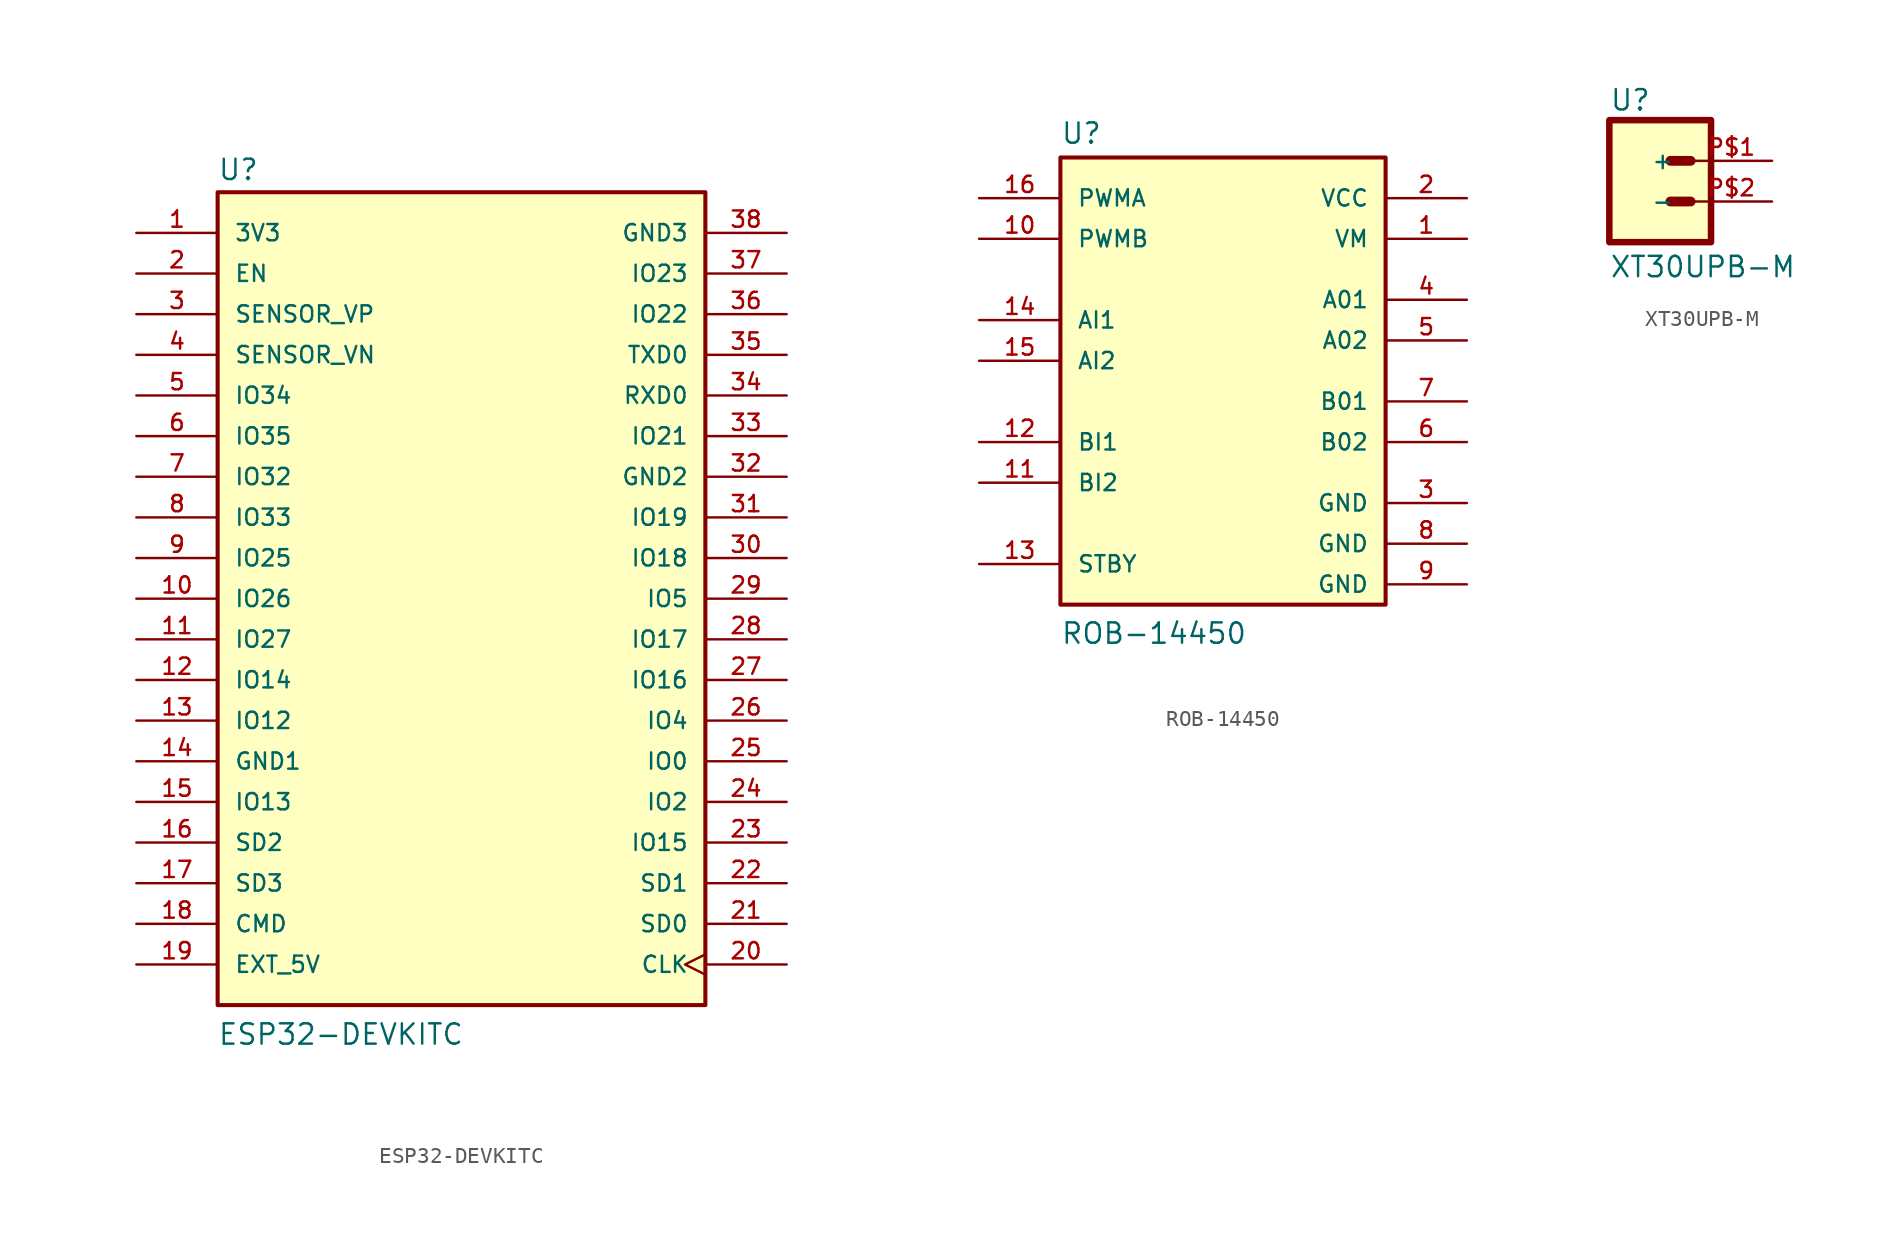
<source format=kicad_sym>
(kicad_symbol_lib
  (version 20231120)
  (generator "kicad_symbol_editor")
  (generator_version "8.0")
  (symbol "ESP32-DEVKITC"
    (pin_names
      (offset 1.016))
    (property "Reference" "U"
      (at -15.257 26.064 0)
      (effects (font (size 1.27 1.27)) (justify left bottom)))
    (property "Value" "ESP32-DEVKITC"
      (at -15.256 -27.97 0)
      (effects (font (size 1.27 1.27)) (justify left bottom)))
    (symbol "ESP32-DEVKITC_0_0"
      (rectangle (start -15.24 -25.4) (end 15.24 25.4) (stroke (width 0.254) (type default)) (fill (type background)))
      (pin power_in line (at -20.32 22.86 0) (length 5.08) (name "3V3" (effects (font (size 1.016 1.016)))) (number "1" (effects (font (size 1.016 1.016)))))
      (pin bidirectional line (at -20.32 0 0) (length 5.08) (name "IO26" (effects (font (size 1.016 1.016)))) (number "10" (effects (font (size 1.016 1.016)))))
      (pin bidirectional line (at -20.32 -2.54 0) (length 5.08) (name "IO27" (effects (font (size 1.016 1.016)))) (number "11" (effects (font (size 1.016 1.016)))))
      (pin bidirectional line (at -20.32 -5.08 0) (length 5.08) (name "IO14" (effects (font (size 1.016 1.016)))) (number "12" (effects (font (size 1.016 1.016)))))
      (pin bidirectional line (at -20.32 -7.62 0) (length 5.08) (name "IO12" (effects (font (size 1.016 1.016)))) (number "13" (effects (font (size 1.016 1.016)))))
      (pin power_in line (at -20.32 -10.16 0) (length 5.08) (name "GND1" (effects (font (size 1.016 1.016)))) (number "14" (effects (font (size 1.016 1.016)))))
      (pin bidirectional line (at -20.32 -12.7 0) (length 5.08) (name "IO13" (effects (font (size 1.016 1.016)))) (number "15" (effects (font (size 1.016 1.016)))))
      (pin bidirectional line (at -20.32 -15.24 0) (length 5.08) (name "SD2" (effects (font (size 1.016 1.016)))) (number "16" (effects (font (size 1.016 1.016)))))
      (pin bidirectional line (at -20.32 -17.78 0) (length 5.08) (name "SD3" (effects (font (size 1.016 1.016)))) (number "17" (effects (font (size 1.016 1.016)))))
      (pin bidirectional line (at -20.32 -20.32 0) (length 5.08) (name "CMD" (effects (font (size 1.016 1.016)))) (number "18" (effects (font (size 1.016 1.016)))))
      (pin power_in line (at -20.32 -22.86 0) (length 5.08) (name "EXT_5V" (effects (font (size 1.016 1.016)))) (number "19" (effects (font (size 1.016 1.016)))))
      (pin input line (at -20.32 20.32 0) (length 5.08) (name "EN" (effects (font (size 1.016 1.016)))) (number "2" (effects (font (size 1.016 1.016)))))
      (pin input clock (at 20.32 -22.86 180) (length 5.08) (name "CLK" (effects (font (size 1.016 1.016)))) (number "20" (effects (font (size 1.016 1.016)))))
      (pin bidirectional line (at 20.32 -20.32 180) (length 5.08) (name "SD0" (effects (font (size 1.016 1.016)))) (number "21" (effects (font (size 1.016 1.016)))))
      (pin bidirectional line (at 20.32 -17.78 180) (length 5.08) (name "SD1" (effects (font (size 1.016 1.016)))) (number "22" (effects (font (size 1.016 1.016)))))
      (pin bidirectional line (at 20.32 -15.24 180) (length 5.08) (name "IO15" (effects (font (size 1.016 1.016)))) (number "23" (effects (font (size 1.016 1.016)))))
      (pin bidirectional line (at 20.32 -12.7 180) (length 5.08) (name "IO2" (effects (font (size 1.016 1.016)))) (number "24" (effects (font (size 1.016 1.016)))))
      (pin bidirectional line (at 20.32 -10.16 180) (length 5.08) (name "IO0" (effects (font (size 1.016 1.016)))) (number "25" (effects (font (size 1.016 1.016)))))
      (pin bidirectional line (at 20.32 -7.62 180) (length 5.08) (name "IO4" (effects (font (size 1.016 1.016)))) (number "26" (effects (font (size 1.016 1.016)))))
      (pin bidirectional line (at 20.32 -5.08 180) (length 5.08) (name "IO16" (effects (font (size 1.016 1.016)))) (number "27" (effects (font (size 1.016 1.016)))))
      (pin bidirectional line (at 20.32 -2.54 180) (length 5.08) (name "IO17" (effects (font (size 1.016 1.016)))) (number "28" (effects (font (size 1.016 1.016)))))
      (pin bidirectional line (at 20.32 0 180) (length 5.08) (name "IO5" (effects (font (size 1.016 1.016)))) (number "29" (effects (font (size 1.016 1.016)))))
      (pin input line (at -20.32 17.78 0) (length 5.08) (name "SENSOR_VP" (effects (font (size 1.016 1.016)))) (number "3" (effects (font (size 1.016 1.016)))))
      (pin bidirectional line (at 20.32 2.54 180) (length 5.08) (name "IO18" (effects (font (size 1.016 1.016)))) (number "30" (effects (font (size 1.016 1.016)))))
      (pin bidirectional line (at 20.32 5.08 180) (length 5.08) (name "IO19" (effects (font (size 1.016 1.016)))) (number "31" (effects (font (size 1.016 1.016)))))
      (pin power_in line (at 20.32 7.62 180) (length 5.08) (name "GND2" (effects (font (size 1.016 1.016)))) (number "32" (effects (font (size 1.016 1.016)))))
      (pin bidirectional line (at 20.32 10.16 180) (length 5.08) (name "IO21" (effects (font (size 1.016 1.016)))) (number "33" (effects (font (size 1.016 1.016)))))
      (pin input line (at 20.32 12.7 180) (length 5.08) (name "RXD0" (effects (font (size 1.016 1.016)))) (number "34" (effects (font (size 1.016 1.016)))))
      (pin output line (at 20.32 15.24 180) (length 5.08) (name "TXD0" (effects (font (size 1.016 1.016)))) (number "35" (effects (font (size 1.016 1.016)))))
      (pin bidirectional line (at 20.32 17.78 180) (length 5.08) (name "IO22" (effects (font (size 1.016 1.016)))) (number "36" (effects (font (size 1.016 1.016)))))
      (pin bidirectional line (at 20.32 20.32 180) (length 5.08) (name "IO23" (effects (font (size 1.016 1.016)))) (number "37" (effects (font (size 1.016 1.016)))))
      (pin power_in line (at 20.32 22.86 180) (length 5.08) (name "GND3" (effects (font (size 1.016 1.016)))) (number "38" (effects (font (size 1.016 1.016)))))
      (pin input line (at -20.32 15.24 0) (length 5.08) (name "SENSOR_VN" (effects (font (size 1.016 1.016)))) (number "4" (effects (font (size 1.016 1.016)))))
      (pin bidirectional line (at -20.32 12.7 0) (length 5.08) (name "IO34" (effects (font (size 1.016 1.016)))) (number "5" (effects (font (size 1.016 1.016)))))
      (pin bidirectional line (at -20.32 10.16 0) (length 5.08) (name "IO35" (effects (font (size 1.016 1.016)))) (number "6" (effects (font (size 1.016 1.016)))))
      (pin bidirectional line (at -20.32 7.62 0) (length 5.08) (name "IO32" (effects (font (size 1.016 1.016)))) (number "7" (effects (font (size 1.016 1.016)))))
      (pin bidirectional line (at -20.32 5.08 0) (length 5.08) (name "IO33" (effects (font (size 1.016 1.016)))) (number "8" (effects (font (size 1.016 1.016)))))
      (pin bidirectional line (at -20.32 2.54 0) (length 5.08) (name "IO25" (effects (font (size 1.016 1.016)))) (number "9" (effects (font (size 1.016 1.016)))))))
  (symbol "ROB-14450"
    (pin_names
      (offset 1.016))
    (property "Reference" "U"
      (at -10.16 16.002 0)
      (effects (font (size 1.27 1.27)) (justify left bottom)))
    (property "Value" "ROB-14450"
      (at -10.16 -15.24 0)
      (effects (font (size 1.27 1.27)) (justify left bottom)))
    (symbol "ROB-14450_0_0"
      (rectangle (start -10.16 -12.7) (end 10.16 15.24) (stroke (width 0.254) (type default)) (fill (type background)))
      (pin power_in line (at 15.24 10.16 180) (length 5.08) (name "VM" (effects (font (size 1.016 1.016)))) (number "1" (effects (font (size 1.016 1.016)))))
      (pin input line (at -15.24 10.16 0) (length 5.08) (name "PWMB" (effects (font (size 1.016 1.016)))) (number "10" (effects (font (size 1.016 1.016)))))
      (pin input line (at -15.24 -5.08 0) (length 5.08) (name "BI2" (effects (font (size 1.016 1.016)))) (number "11" (effects (font (size 1.016 1.016)))))
      (pin input line (at -15.24 -2.54 0) (length 5.08) (name "BI1" (effects (font (size 1.016 1.016)))) (number "12" (effects (font (size 1.016 1.016)))))
      (pin input line (at -15.24 -10.16 0) (length 5.08) (name "STBY" (effects (font (size 1.016 1.016)))) (number "13" (effects (font (size 1.016 1.016)))))
      (pin input line (at -15.24 5.08 0) (length 5.08) (name "AI1" (effects (font (size 1.016 1.016)))) (number "14" (effects (font (size 1.016 1.016)))))
      (pin input line (at -15.24 2.54 0) (length 5.08) (name "AI2" (effects (font (size 1.016 1.016)))) (number "15" (effects (font (size 1.016 1.016)))))
      (pin input line (at -15.24 12.7 0) (length 5.08) (name "PWMA" (effects (font (size 1.016 1.016)))) (number "16" (effects (font (size 1.016 1.016)))))
      (pin power_in line (at 15.24 12.7 180) (length 5.08) (name "VCC" (effects (font (size 1.016 1.016)))) (number "2" (effects (font (size 1.016 1.016)))))
      (pin power_in line (at 15.24 -6.35 180) (length 5.08) (name "GND" (effects (font (size 1.016 1.016)))) (number "3" (effects (font (size 1.016 1.016)))))
      (pin output line (at 15.24 6.35 180) (length 5.08) (name "A01" (effects (font (size 1.016 1.016)))) (number "4" (effects (font (size 1.016 1.016)))))
      (pin output line (at 15.24 3.81 180) (length 5.08) (name "A02" (effects (font (size 1.016 1.016)))) (number "5" (effects (font (size 1.016 1.016)))))
      (pin output line (at 15.24 -2.54 180) (length 5.08) (name "B02" (effects (font (size 1.016 1.016)))) (number "6" (effects (font (size 1.016 1.016)))))
      (pin output line (at 15.24 0 180) (length 5.08) (name "B01" (effects (font (size 1.016 1.016)))) (number "7" (effects (font (size 1.016 1.016)))))
      (pin power_in line (at 15.24 -8.89 180) (length 5.08) (name "GND" (effects (font (size 1.016 1.016)))) (number "8" (effects (font (size 1.016 1.016)))))
      (pin power_in line (at 15.24 -11.43 180) (length 5.08) (name "GND" (effects (font (size 1.016 1.016)))) (number "9" (effects (font (size 1.016 1.016)))))))
  (symbol "XT30UPB-M"
    (pin_names
      (offset 1.016))
    (property "Reference" "U"
      (at -2.54 5.588 0)
      (effects (font (size 1.27 1.27)) (justify left bottom)))
    (property "Value" "XT30UPB-M"
      (at -2.54 -4.826 0)
      (effects (font (size 1.27 1.27)) (justify left bottom)))
    (symbol "XT30UPB-M_0_0"
      (rectangle (start -2.54 -2.54) (end 3.81 5.08) (stroke (width 0.406) (type default)) (fill (type background)))
      (polyline (pts (xy 1.27 0) (xy 2.54 0)) (stroke (width 0.61) (type default)) (fill (type none)))
      (polyline (pts (xy 1.27 2.54) (xy 2.54 2.54)) (stroke (width 0.61) (type default)) (fill (type none)))
      (pin passive line (at 7.62 2.54 180) (length 5.08) (name "+" (effects (font (size 1.016 1.016)))) (number "P$1" (effects (font (size 1.016 1.016)))))
      (pin passive line (at 7.62 0 180) (length 5.08) (name "-" (effects (font (size 1.016 1.016)))) (number "P$2" (effects (font (size 1.016 1.016))))))))
</source>
